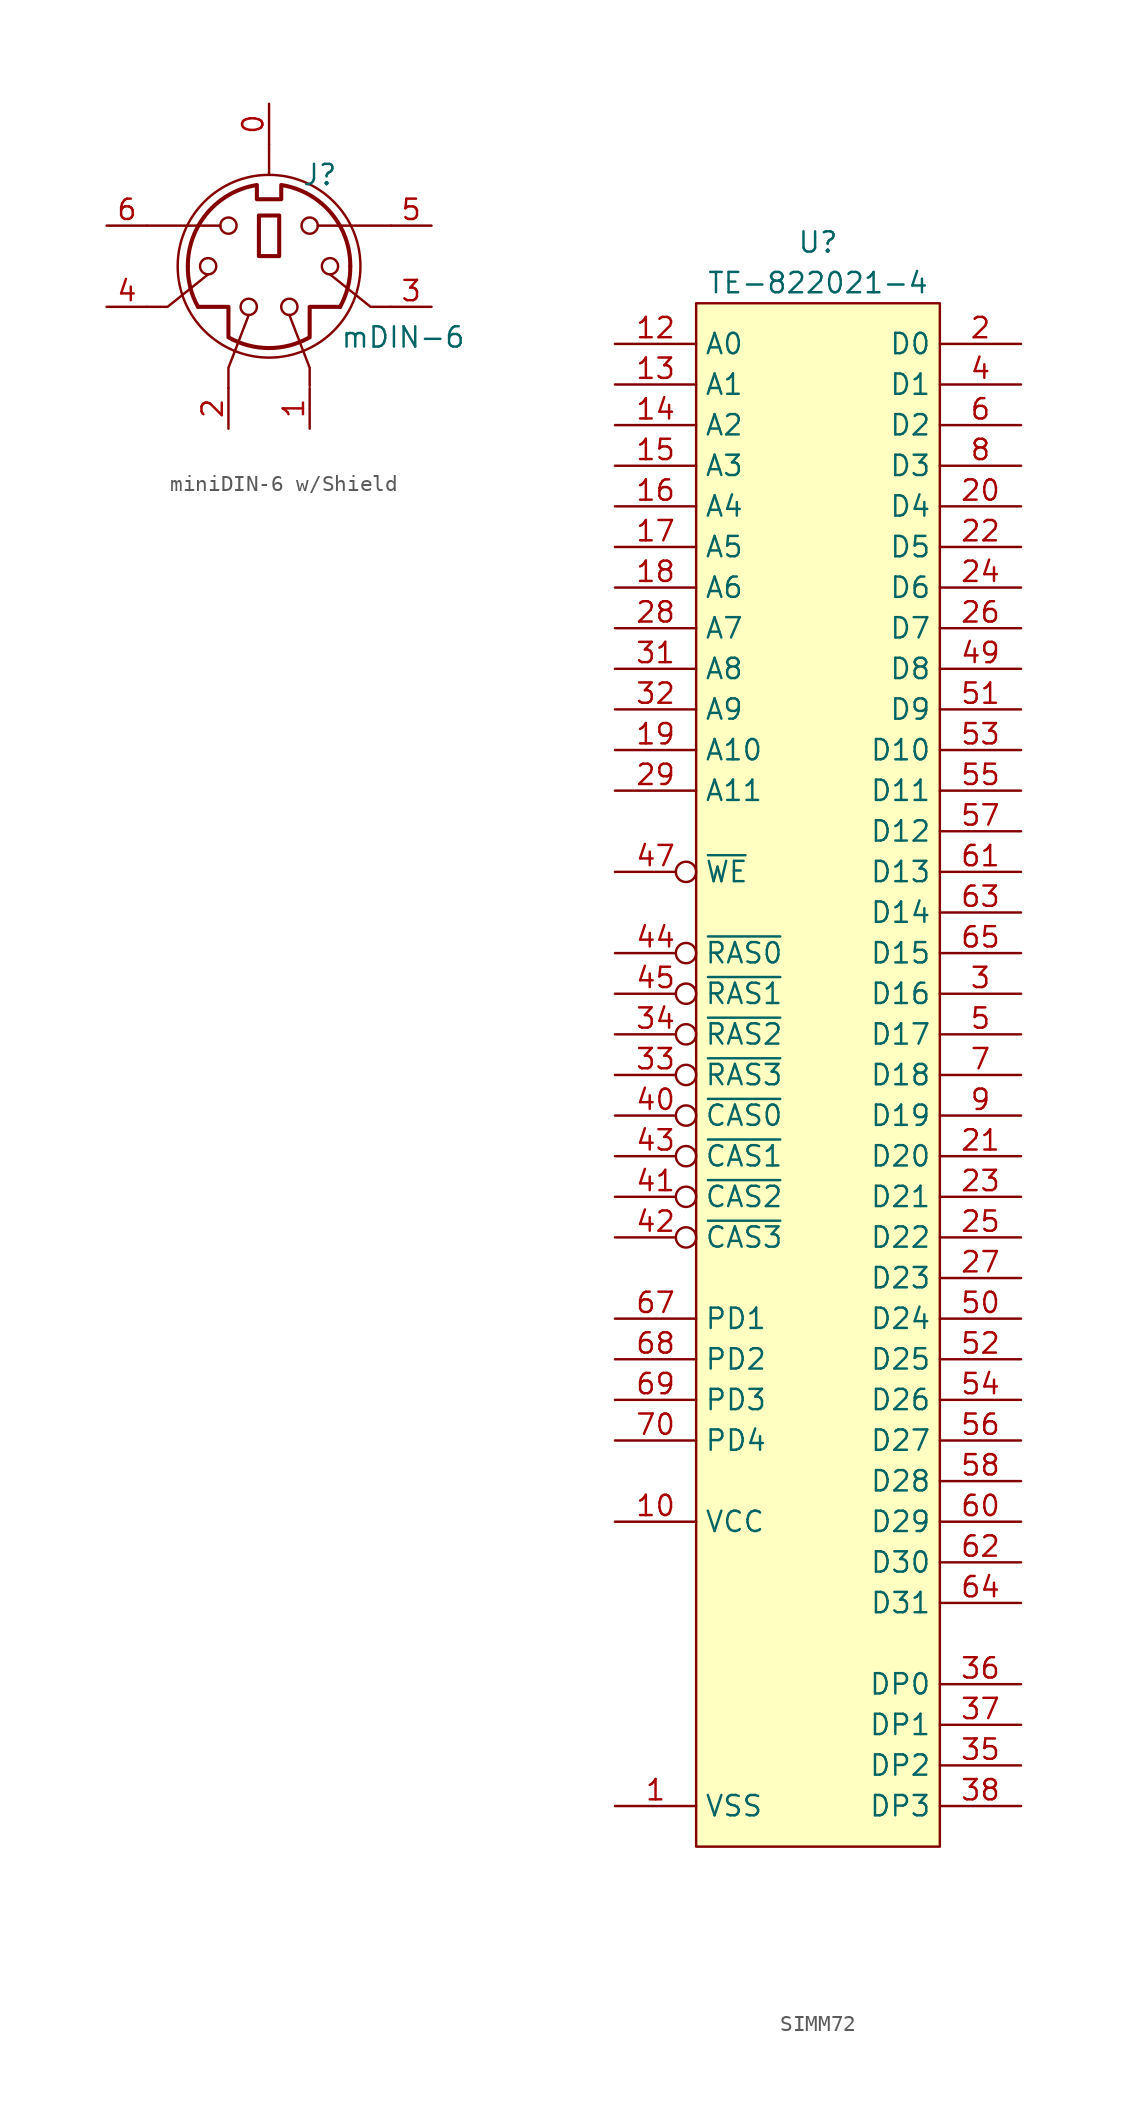
<source format=kicad_sym>
(kicad_symbol_lib
  (version 20220914)
  (generator kicad_symbol_editor)
  (symbol "miniDIN-6 w/Shield"
    (pin_names
      (offset 1.016))
    (property "Reference" "J"
      (at 3.175 5.715 0)
      (effects (font (size 1.27 1.27))))
    (property "Value" "mDIN-6"
      (at 4.445 -4.445 0)
      (effects (font (size 1.27 1.27)) (justify left)))
    (symbol "miniDIN-6 w/Shield_0_1"
      (arc (start -5.08 0) (mid -4.9292 -1.3117) (end -4.445 -2.54) (stroke (width 0.254) (type default)) (fill (type none)))
      (circle (center -3.81 0) (radius 0.508) (stroke (width 0) (type default)) (fill (type none)))
      (arc (start -2.54 -4.445) (mid 0 -5.1178) (end 2.54 -4.445) (stroke (width 0.254) (type default)) (fill (type none)))
      (circle (center -2.54 2.54) (radius 0.508) (stroke (width 0) (type default)) (fill (type none)))
      (circle (center -1.27 -2.54) (radius 0.508) (stroke (width 0) (type default)) (fill (type none)))
      (arc (start -0.762 5.08) (mid -3.8597 3.3379) (end -5.08 0) (stroke (width 0.254) (type default)) (fill (type none)))
      (rectangle (start -0.635 3.175) (end 0.635 0.635) (stroke (width 0.254) (type default)) (fill (type none)))
      (polyline (pts (xy -7.62 2.54) (xy -3.048 2.54)) (stroke (width 0) (type default)) (fill (type none)))
      (polyline (pts (xy 0 7.62) (xy 0 5.715)) (stroke (width 0) (type default)) (fill (type none)))
      (polyline (pts (xy 7.62 2.54) (xy 3.048 2.54)) (stroke (width 0) (type default)) (fill (type none)))
      (polyline (pts (xy -3.81 -0.508) (xy -6.35 -2.54) (xy -7.62 -2.54)) (stroke (width 0) (type default)) (fill (type none)))
      (polyline (pts (xy -2.54 -7.62) (xy -2.54 -6.35) (xy -1.27 -3.048)) (stroke (width 0) (type default)) (fill (type none)))
      (polyline (pts (xy -2.54 -4.318) (xy -2.54 -2.54) (xy -4.445 -2.54)) (stroke (width 0.254) (type default)) (fill (type none)))
      (polyline (pts (xy 2.54 -7.493) (xy 2.54 -6.35) (xy 1.27 -3.048)) (stroke (width 0) (type default)) (fill (type none)))
      (polyline (pts (xy 2.54 -4.318) (xy 2.54 -2.54) (xy 4.445 -2.54)) (stroke (width 0.254) (type default)) (fill (type none)))
      (polyline (pts (xy 7.62 -2.54) (xy 6.35 -2.54) (xy 3.81 -0.508)) (stroke (width 0) (type default)) (fill (type none)))
      (polyline (pts (xy -0.762 4.953) (xy -0.762 4.191) (xy 0.762 4.191) (xy 0.762 4.953)) (stroke (width 0.254) (type default)) (fill (type none)))
      (circle (center 0 0) (radius 5.715) (stroke (width 0) (type default)) (fill (type none)))
      (circle (center 1.27 -2.54) (radius 0.508) (stroke (width 0) (type default)) (fill (type none)))
      (circle (center 2.54 2.54) (radius 0.508) (stroke (width 0) (type default)) (fill (type none)))
      (circle (center 3.81 0) (radius 0.508) (stroke (width 0) (type default)) (fill (type none)))
      (arc (start 4.445 -2.54) (mid 4.9284 -1.3115) (end 5.08 0) (stroke (width 0.254) (type default)) (fill (type none)))
      (arc (start 5.08 0) (mid 3.8673 3.3444) (end 0.762 5.08) (stroke (width 0.254) (type default)) (fill (type none))))
    (symbol "miniDIN-6 w/Shield_1_1"
      (pin passive line (at 0 10.16 270) (length 2.54) (name "" (effects (font (size 1.27 1.27)))) (number "0" (effects (font (size 1.27 1.27)))))
      (pin passive line (at 2.54 -10.16 90) (length 2.54) (name "~" (effects (font (size 1.27 1.27)))) (number "1" (effects (font (size 1.27 1.27)))))
      (pin passive line (at -2.54 -10.16 90) (length 2.54) (name "~" (effects (font (size 1.27 1.27)))) (number "2" (effects (font (size 1.27 1.27)))))
      (pin passive line (at 10.16 -2.54 180) (length 2.54) (name "~" (effects (font (size 1.27 1.27)))) (number "3" (effects (font (size 1.27 1.27)))))
      (pin passive line (at -10.16 -2.54 0) (length 2.54) (name "~" (effects (font (size 1.27 1.27)))) (number "4" (effects (font (size 1.27 1.27)))))
      (pin passive line (at 10.16 2.54 180) (length 2.54) (name "~" (effects (font (size 1.27 1.27)))) (number "5" (effects (font (size 1.27 1.27)))))
      (pin passive line (at -10.16 2.54 0) (length 2.54) (name "~" (effects (font (size 1.27 1.27)))) (number "6" (effects (font (size 1.27 1.27)))))))
  (symbol "SIMM72"
    (property "Reference" "U"
      (at 0 3.81 0)
      (effects (font (size 1.27 1.27))))
    (property "Value" "TE-822021-4"
      (at 0 1.27 0)
      (effects (font (size 1.27 1.27))))
    (symbol "SIMM72_0_0"
      (pin power_in line (at -12.7 -93.98 0) (length 5.08) (name "VSS" (effects (font (size 1.27 1.27)))) (number "1" (effects (font (size 1.27 1.27)))))
      (pin power_in line (at -12.7 -76.2 0) (length 5.08) (name "VCC" (effects (font (size 1.27 1.27)))) (number "10" (effects (font (size 1.27 1.27)))))
      (pin no_connect non_logic (at -12.7 -88.9 0) (length 5.08) hide (name "NC" (effects (font (size 1.27 1.27)))) (number "11" (effects (font (size 1.27 1.27)))))
      (pin input line (at -12.7 -2.54 0) (length 5.08) (name "A0" (effects (font (size 1.27 1.27)))) (number "12" (effects (font (size 1.27 1.27)))))
      (pin input line (at -12.7 -5.08 0) (length 5.08) (name "A1" (effects (font (size 1.27 1.27)))) (number "13" (effects (font (size 1.27 1.27)))))
      (pin input line (at -12.7 -7.62 0) (length 5.08) (name "A2" (effects (font (size 1.27 1.27)))) (number "14" (effects (font (size 1.27 1.27)))))
      (pin input line (at -12.7 -10.16 0) (length 5.08) (name "A3" (effects (font (size 1.27 1.27)))) (number "15" (effects (font (size 1.27 1.27)))))
      (pin input line (at -12.7 -12.7 0) (length 5.08) (name "A4" (effects (font (size 1.27 1.27)))) (number "16" (effects (font (size 1.27 1.27)))))
      (pin input line (at -12.7 -15.24 0) (length 5.08) (name "A5" (effects (font (size 1.27 1.27)))) (number "17" (effects (font (size 1.27 1.27)))))
      (pin input line (at -12.7 -17.78 0) (length 5.08) (name "A6" (effects (font (size 1.27 1.27)))) (number "18" (effects (font (size 1.27 1.27)))))
      (pin input line (at -12.7 -27.94 0) (length 5.08) (name "A10" (effects (font (size 1.27 1.27)))) (number "19" (effects (font (size 1.27 1.27)))))
      (pin bidirectional line (at 12.7 -2.54 180) (length 5.08) (name "D0" (effects (font (size 1.27 1.27)))) (number "2" (effects (font (size 1.27 1.27)))))
      (pin bidirectional line (at 12.7 -12.7 180) (length 5.08) (name "D4" (effects (font (size 1.27 1.27)))) (number "20" (effects (font (size 1.27 1.27)))))
      (pin bidirectional line (at 12.7 -53.34 180) (length 5.08) (name "D20" (effects (font (size 1.27 1.27)))) (number "21" (effects (font (size 1.27 1.27)))))
      (pin bidirectional line (at 12.7 -15.24 180) (length 5.08) (name "D5" (effects (font (size 1.27 1.27)))) (number "22" (effects (font (size 1.27 1.27)))))
      (pin bidirectional line (at 12.7 -55.88 180) (length 5.08) (name "D21" (effects (font (size 1.27 1.27)))) (number "23" (effects (font (size 1.27 1.27)))))
      (pin bidirectional line (at 12.7 -17.78 180) (length 5.08) (name "D6" (effects (font (size 1.27 1.27)))) (number "24" (effects (font (size 1.27 1.27)))))
      (pin bidirectional line (at 12.7 -58.42 180) (length 5.08) (name "D22" (effects (font (size 1.27 1.27)))) (number "25" (effects (font (size 1.27 1.27)))))
      (pin bidirectional line (at 12.7 -20.32 180) (length 5.08) (name "D7" (effects (font (size 1.27 1.27)))) (number "26" (effects (font (size 1.27 1.27)))))
      (pin bidirectional line (at 12.7 -60.96 180) (length 5.08) (name "D23" (effects (font (size 1.27 1.27)))) (number "27" (effects (font (size 1.27 1.27)))))
      (pin input line (at -12.7 -20.32 0) (length 5.08) (name "A7" (effects (font (size 1.27 1.27)))) (number "28" (effects (font (size 1.27 1.27)))))
      (pin input line (at -12.7 -30.48 0) (length 5.08) (name "A11" (effects (font (size 1.27 1.27)))) (number "29" (effects (font (size 1.27 1.27)))))
      (pin bidirectional line (at 12.7 -43.18 180) (length 5.08) (name "D16" (effects (font (size 1.27 1.27)))) (number "3" (effects (font (size 1.27 1.27)))))
      (pin power_in line (at -12.7 -76.2 0) (length 5.08) hide (name "VCC" (effects (font (size 1.27 1.27)))) (number "30" (effects (font (size 1.27 1.27)))))
      (pin input line (at -12.7 -22.86 0) (length 5.08) (name "A8" (effects (font (size 1.27 1.27)))) (number "31" (effects (font (size 1.27 1.27)))))
      (pin input line (at -12.7 -25.4 0) (length 5.08) (name "A9" (effects (font (size 1.27 1.27)))) (number "32" (effects (font (size 1.27 1.27)))))
      (pin input inverted (at -12.7 -48.26 0) (length 5.08) (name "~{RAS3}" (effects (font (size 1.27 1.27)))) (number "33" (effects (font (size 1.27 1.27)))))
      (pin input inverted (at -12.7 -45.72 0) (length 5.08) (name "~{RAS2}" (effects (font (size 1.27 1.27)))) (number "34" (effects (font (size 1.27 1.27)))))
      (pin bidirectional line (at 12.7 -91.44 180) (length 5.08) (name "DP2" (effects (font (size 1.27 1.27)))) (number "35" (effects (font (size 1.27 1.27)))))
      (pin bidirectional line (at 12.7 -86.36 180) (length 5.08) (name "DP0" (effects (font (size 1.27 1.27)))) (number "36" (effects (font (size 1.27 1.27)))))
      (pin bidirectional line (at 12.7 -88.9 180) (length 5.08) (name "DP1" (effects (font (size 1.27 1.27)))) (number "37" (effects (font (size 1.27 1.27)))))
      (pin bidirectional line (at 12.7 -93.98 180) (length 5.08) (name "DP3" (effects (font (size 1.27 1.27)))) (number "38" (effects (font (size 1.27 1.27)))))
      (pin power_in line (at -12.7 -93.98 0) (length 5.08) hide (name "VSS" (effects (font (size 1.27 1.27)))) (number "39" (effects (font (size 1.27 1.27)))))
      (pin bidirectional line (at 12.7 -5.08 180) (length 5.08) (name "D1" (effects (font (size 1.27 1.27)))) (number "4" (effects (font (size 1.27 1.27)))))
      (pin input inverted (at -12.7 -50.8 0) (length 5.08) (name "~{CAS0}" (effects (font (size 1.27 1.27)))) (number "40" (effects (font (size 1.27 1.27)))))
      (pin input inverted (at -12.7 -55.88 0) (length 5.08) (name "~{CAS2}" (effects (font (size 1.27 1.27)))) (number "41" (effects (font (size 1.27 1.27)))))
      (pin input inverted (at -12.7 -58.42 0) (length 5.08) (name "~{CAS3}" (effects (font (size 1.27 1.27)))) (number "42" (effects (font (size 1.27 1.27)))))
      (pin input inverted (at -12.7 -53.34 0) (length 5.08) (name "~{CAS1}" (effects (font (size 1.27 1.27)))) (number "43" (effects (font (size 1.27 1.27)))))
      (pin input inverted (at -12.7 -40.64 0) (length 5.08) (name "~{RAS0}" (effects (font (size 1.27 1.27)))) (number "44" (effects (font (size 1.27 1.27)))))
      (pin input inverted (at -12.7 -43.18 0) (length 5.08) (name "~{RAS1}" (effects (font (size 1.27 1.27)))) (number "45" (effects (font (size 1.27 1.27)))))
      (pin no_connect non_logic (at -12.7 -88.9 0) (length 5.08) hide (name "NC" (effects (font (size 1.27 1.27)))) (number "46" (effects (font (size 1.27 1.27)))))
      (pin input inverted (at -12.7 -35.56 0) (length 5.08) (name "~{WE}" (effects (font (size 1.27 1.27)))) (number "47" (effects (font (size 1.27 1.27)))))
      (pin no_connect non_logic (at -12.7 -88.9 0) (length 5.08) hide (name "NC" (effects (font (size 1.27 1.27)))) (number "48" (effects (font (size 1.27 1.27)))))
      (pin bidirectional line (at 12.7 -22.86 180) (length 5.08) (name "D8" (effects (font (size 1.27 1.27)))) (number "49" (effects (font (size 1.27 1.27)))))
      (pin bidirectional line (at 12.7 -45.72 180) (length 5.08) (name "D17" (effects (font (size 1.27 1.27)))) (number "5" (effects (font (size 1.27 1.27)))))
      (pin bidirectional line (at 12.7 -63.5 180) (length 5.08) (name "D24" (effects (font (size 1.27 1.27)))) (number "50" (effects (font (size 1.27 1.27)))))
      (pin bidirectional line (at 12.7 -25.4 180) (length 5.08) (name "D9" (effects (font (size 1.27 1.27)))) (number "51" (effects (font (size 1.27 1.27)))))
      (pin bidirectional line (at 12.7 -66.04 180) (length 5.08) (name "D25" (effects (font (size 1.27 1.27)))) (number "52" (effects (font (size 1.27 1.27)))))
      (pin bidirectional line (at 12.7 -27.94 180) (length 5.08) (name "D10" (effects (font (size 1.27 1.27)))) (number "53" (effects (font (size 1.27 1.27)))))
      (pin bidirectional line (at 12.7 -68.58 180) (length 5.08) (name "D26" (effects (font (size 1.27 1.27)))) (number "54" (effects (font (size 1.27 1.27)))))
      (pin bidirectional line (at 12.7 -30.48 180) (length 5.08) (name "D11" (effects (font (size 1.27 1.27)))) (number "55" (effects (font (size 1.27 1.27)))))
      (pin bidirectional line (at 12.7 -71.12 180) (length 5.08) (name "D27" (effects (font (size 1.27 1.27)))) (number "56" (effects (font (size 1.27 1.27)))))
      (pin bidirectional line (at 12.7 -33.02 180) (length 5.08) (name "D12" (effects (font (size 1.27 1.27)))) (number "57" (effects (font (size 1.27 1.27)))))
      (pin bidirectional line (at 12.7 -73.66 180) (length 5.08) (name "D28" (effects (font (size 1.27 1.27)))) (number "58" (effects (font (size 1.27 1.27)))))
      (pin power_in line (at -12.7 -76.2 0) (length 5.08) hide (name "VCC" (effects (font (size 1.27 1.27)))) (number "59" (effects (font (size 1.27 1.27)))))
      (pin bidirectional line (at 12.7 -7.62 180) (length 5.08) (name "D2" (effects (font (size 1.27 1.27)))) (number "6" (effects (font (size 1.27 1.27)))))
      (pin bidirectional line (at 12.7 -76.2 180) (length 5.08) (name "D29" (effects (font (size 1.27 1.27)))) (number "60" (effects (font (size 1.27 1.27)))))
      (pin bidirectional line (at 12.7 -35.56 180) (length 5.08) (name "D13" (effects (font (size 1.27 1.27)))) (number "61" (effects (font (size 1.27 1.27)))))
      (pin bidirectional line (at 12.7 -78.74 180) (length 5.08) (name "D30" (effects (font (size 1.27 1.27)))) (number "62" (effects (font (size 1.27 1.27)))))
      (pin bidirectional line (at 12.7 -38.1 180) (length 5.08) (name "D14" (effects (font (size 1.27 1.27)))) (number "63" (effects (font (size 1.27 1.27)))))
      (pin bidirectional line (at 12.7 -81.28 180) (length 5.08) (name "D31" (effects (font (size 1.27 1.27)))) (number "64" (effects (font (size 1.27 1.27)))))
      (pin bidirectional line (at 12.7 -40.64 180) (length 5.08) (name "D15" (effects (font (size 1.27 1.27)))) (number "65" (effects (font (size 1.27 1.27)))))
      (pin no_connect non_logic (at -12.7 -88.9 0) (length 5.08) hide (name "NC" (effects (font (size 1.27 1.27)))) (number "66" (effects (font (size 1.27 1.27)))))
      (pin passive line (at -12.7 -63.5 0) (length 5.08) (name "PD1" (effects (font (size 1.27 1.27)))) (number "67" (effects (font (size 1.27 1.27)))))
      (pin passive line (at -12.7 -66.04 0) (length 5.08) (name "PD2" (effects (font (size 1.27 1.27)))) (number "68" (effects (font (size 1.27 1.27)))))
      (pin passive line (at -12.7 -68.58 0) (length 5.08) (name "PD3" (effects (font (size 1.27 1.27)))) (number "69" (effects (font (size 1.27 1.27)))))
      (pin bidirectional line (at 12.7 -48.26 180) (length 5.08) (name "D18" (effects (font (size 1.27 1.27)))) (number "7" (effects (font (size 1.27 1.27)))))
      (pin passive line (at -12.7 -71.12 0) (length 5.08) (name "PD4" (effects (font (size 1.27 1.27)))) (number "70" (effects (font (size 1.27 1.27)))))
      (pin no_connect non_logic (at -12.7 -88.9 0) (length 5.08) hide (name "NC" (effects (font (size 1.27 1.27)))) (number "71" (effects (font (size 1.27 1.27)))))
      (pin power_in line (at -12.7 -93.98 0) (length 5.08) hide (name "VSS" (effects (font (size 1.27 1.27)))) (number "72" (effects (font (size 1.27 1.27)))))
      (pin bidirectional line (at 12.7 -10.16 180) (length 5.08) (name "D3" (effects (font (size 1.27 1.27)))) (number "8" (effects (font (size 1.27 1.27)))))
      (pin bidirectional line (at 12.7 -50.8 180) (length 5.08) (name "D19" (effects (font (size 1.27 1.27)))) (number "9" (effects (font (size 1.27 1.27))))))
    (symbol "SIMM72_0_1"
      (rectangle (start -7.62 0) (end 7.62 -96.52) (stroke (width 0) (type default)) (fill (type background))))))
</source>
